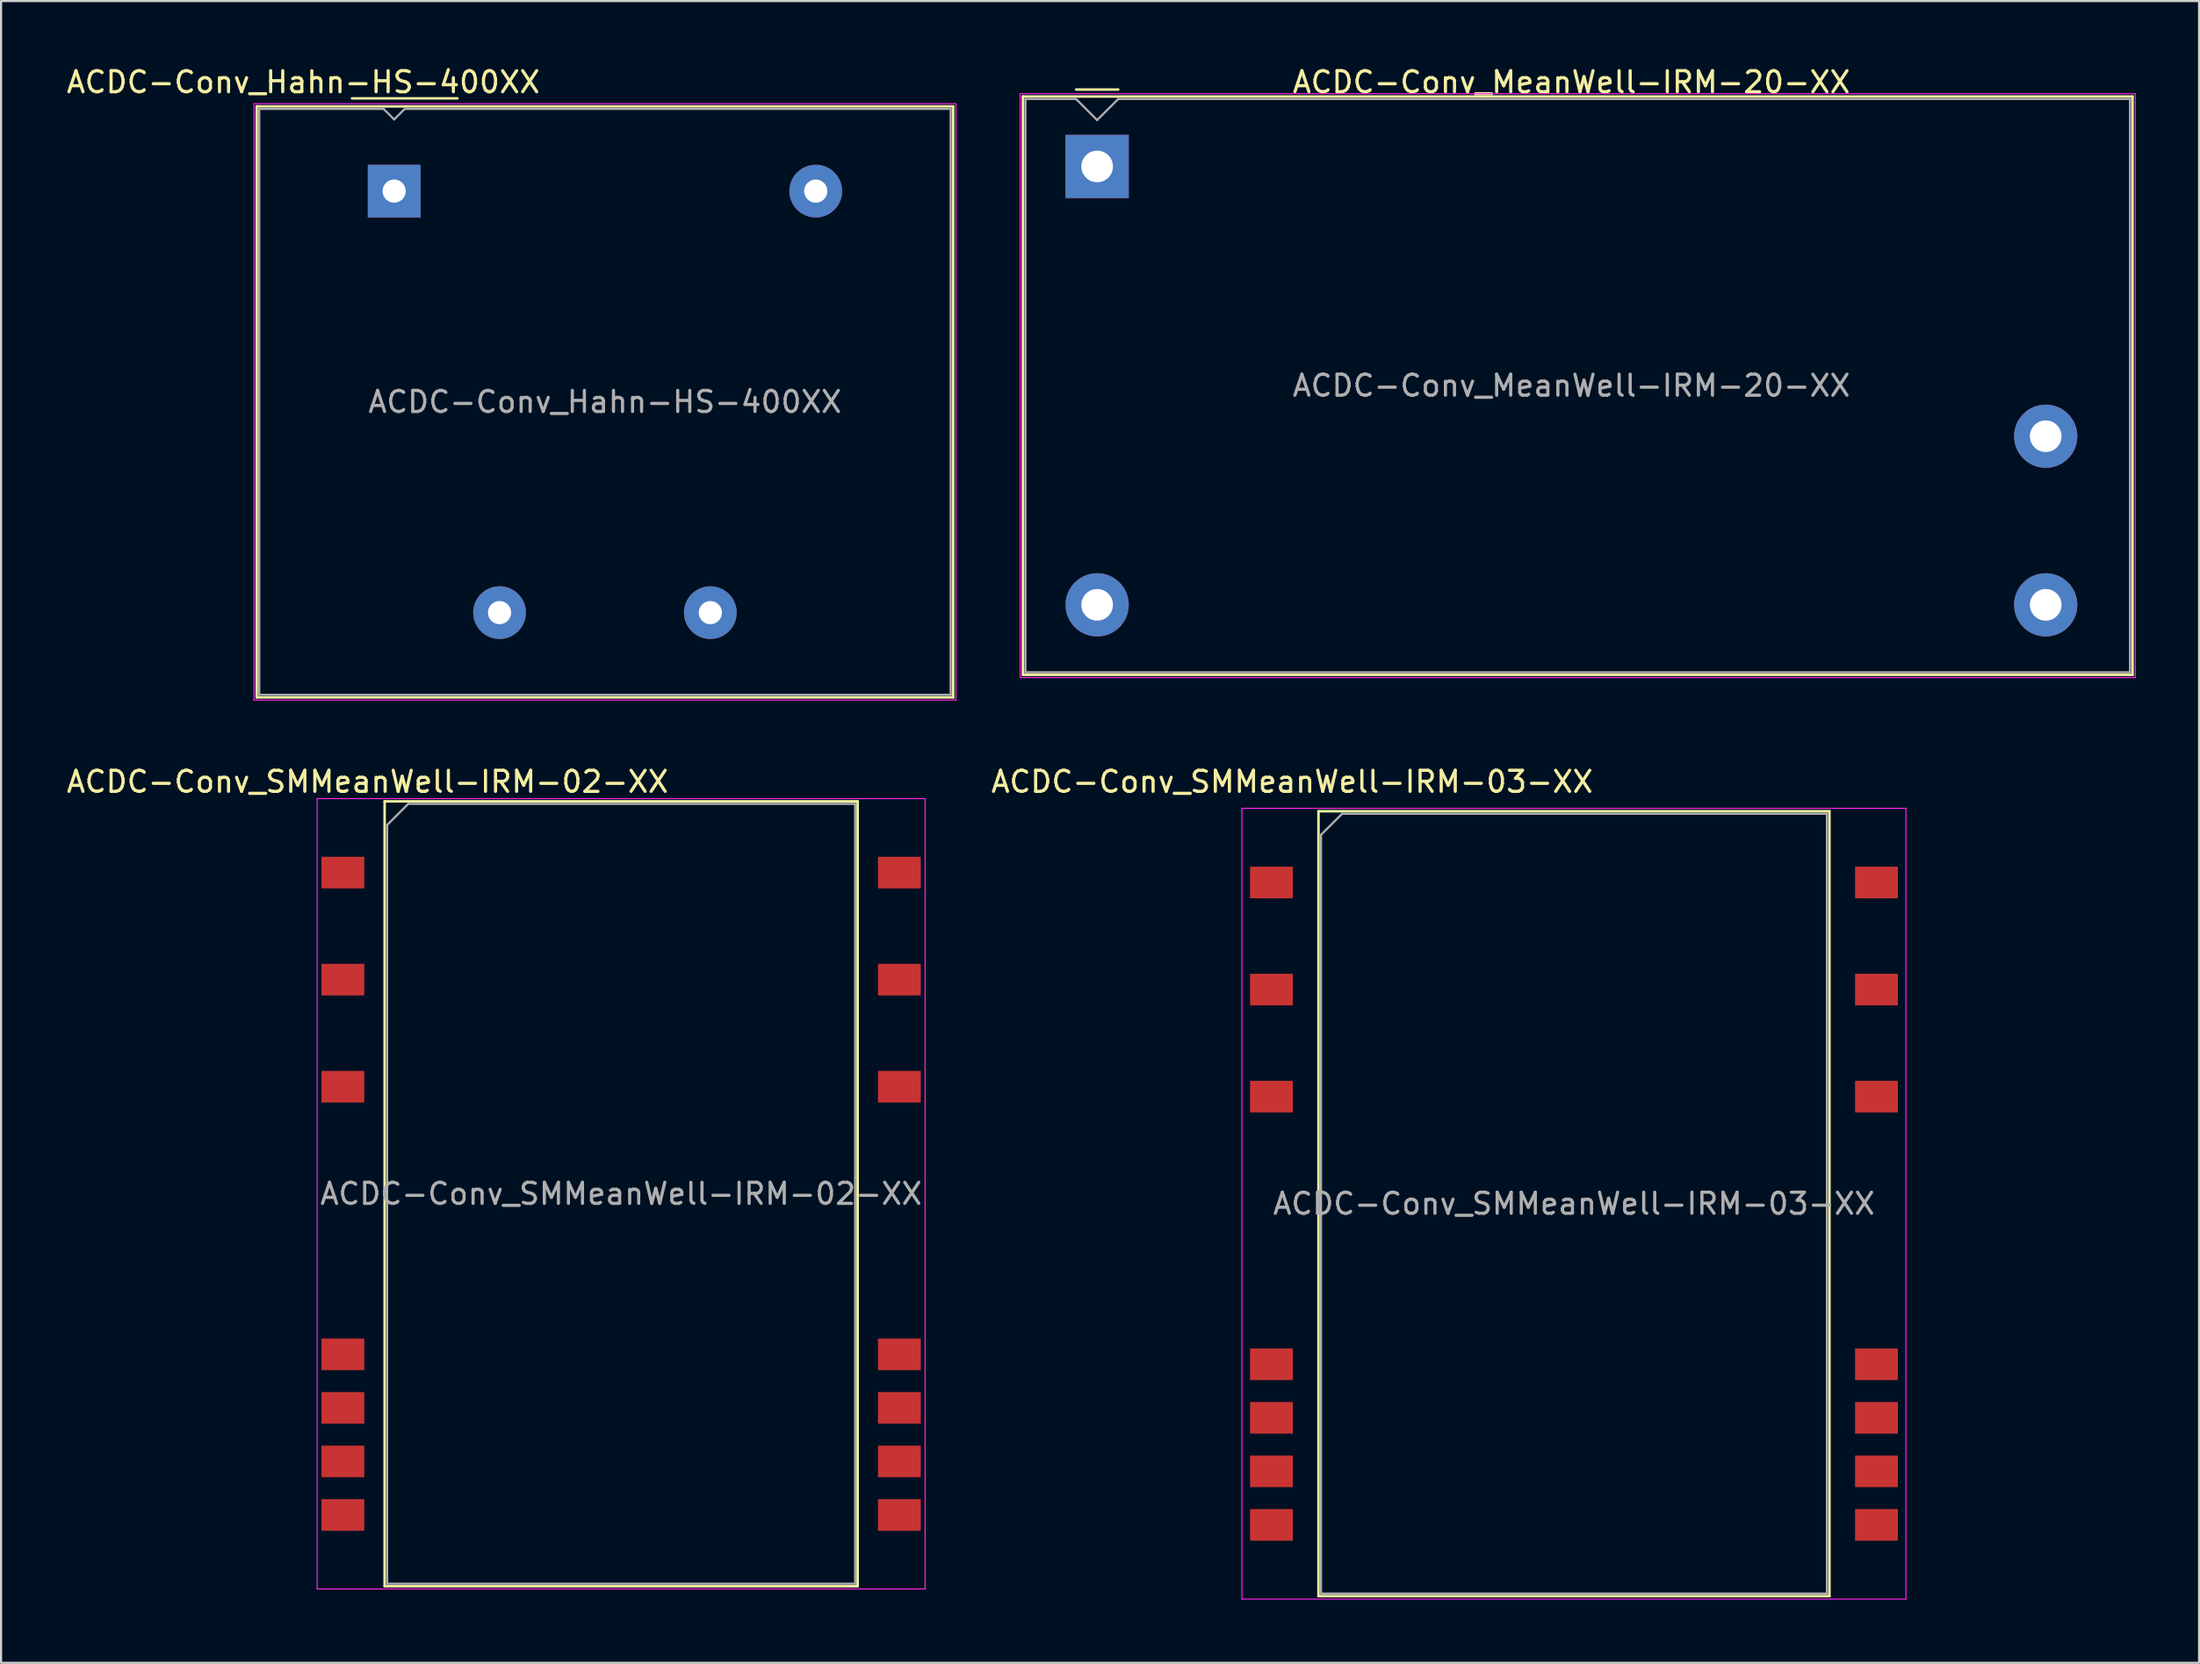
<source format=kicad_pcb>
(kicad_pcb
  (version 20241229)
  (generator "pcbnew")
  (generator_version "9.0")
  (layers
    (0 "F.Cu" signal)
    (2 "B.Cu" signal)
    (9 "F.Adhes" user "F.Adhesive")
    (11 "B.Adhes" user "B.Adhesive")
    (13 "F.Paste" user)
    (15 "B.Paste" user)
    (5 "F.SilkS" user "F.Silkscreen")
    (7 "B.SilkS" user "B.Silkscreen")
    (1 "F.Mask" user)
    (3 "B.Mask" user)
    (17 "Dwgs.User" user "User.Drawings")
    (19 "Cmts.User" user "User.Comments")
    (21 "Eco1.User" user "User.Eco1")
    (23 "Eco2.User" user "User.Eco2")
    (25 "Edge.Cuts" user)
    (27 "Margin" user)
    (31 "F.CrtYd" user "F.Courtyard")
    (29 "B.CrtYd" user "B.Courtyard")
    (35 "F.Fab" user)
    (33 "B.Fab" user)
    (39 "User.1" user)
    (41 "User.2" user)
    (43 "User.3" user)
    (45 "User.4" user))
  (footprint "ACDC-Conv_MeanWell-IRM-20-XX"
    (layer "F.Cu")
    (at 48.999 4.848)
    (property "Reference" "ACDC-Conv_MeanWell-IRM-20-XX" (at 22.5 -4 0) (layer "F.SilkS") (effects (font (size 1 1) (thickness 0.15))))
    (attr through_hole)
    (fp_line (start -3.52 -3.32) (end -3.52 24.12) (stroke (width 0.12) (type solid)) (layer "F.SilkS"))
    (fp_line (start -3.52 -3.32) (end 49.12 -3.32) (stroke (width 0.12) (type solid)) (layer "F.SilkS"))
    (fp_line (start -3.52 24.12) (end 49.12 24.12) (stroke (width 0.12) (type solid)) (layer "F.SilkS"))
    (fp_line (start 1 -3.65) (end -1 -3.65) (stroke (width 0.12) (type solid)) (layer "F.SilkS"))
    (fp_line (start 49.12 -3.32) (end 49.12 24.12) (stroke (width 0.12) (type solid)) (layer "F.SilkS"))
    (fp_line (start -3.65 -3.45) (end -3.65 24.25) (stroke (width 0.05) (type solid)) (layer "F.CrtYd"))
    (fp_line (start -3.65 -3.45) (end 49.25 -3.45) (stroke (width 0.05) (type solid)) (layer "F.CrtYd"))
    (fp_line (start -3.65 24.25) (end 49.25 24.25) (stroke (width 0.05) (type solid)) (layer "F.CrtYd"))
    (fp_line (start 49.25 -3.45) (end 49.25 24.25) (stroke (width 0.05) (type solid)) (layer "F.CrtYd"))
    (fp_line (start -3.4 -3.2) (end -3.4 24) (stroke (width 0.1) (type solid)) (layer "F.Fab"))
    (fp_line (start -3.4 24) (end 49 24) (stroke (width 0.1) (type solid)) (layer "F.Fab"))
    (fp_line (start -1 -3.2) (end -3.4 -3.2) (stroke (width 0.1) (type solid)) (layer "F.Fab"))
    (fp_line (start 0 -2.2) (end -1 -3.2) (stroke (width 0.1) (type solid)) (layer "F.Fab"))
    (fp_line (start 1 -3.2) (end 0 -2.2) (stroke (width 0.1) (type solid)) (layer "F.Fab"))
    (fp_line (start 49 -3.2) (end 1 -3.2) (stroke (width 0.1) (type solid)) (layer "F.Fab"))
    (fp_line (start 49 -3.2) (end 49 24) (stroke (width 0.1) (type solid)) (layer "F.Fab"))
    (fp_text user "${REFERENCE}" (at 22.5 10.4 0) (layer "F.Fab") (effects (font (size 1 1) (thickness 0.15))))
    (pad "1" thru_hole rect (at 0 0) (size 3 3) (drill 1.5) (layers "*.Cu" "*.Mask"))
    (pad "2" thru_hole circle (at 0 20.8) (size 3 3) (drill 1.5) (layers "*.Cu" "*.Mask"))
    (pad "3" thru_hole circle (at 45 20.8) (size 3 3) (drill 1.5) (layers "*.Cu" "*.Mask"))
    (pad "4" thru_hole circle (at 45 12.8) (size 3 3) (drill 1.5) (layers "*.Cu" "*.Mask")))
  (footprint "ACDC-Conv_SMMeanWell-IRM-03-XX"
    (layer "F.Cu")
    (at 71.619 54.062)
    (property "Reference" "ACDC-Conv_SMMeanWell-IRM-03-XX" (at -13.37 -20.02 0) (layer "F.SilkS") (effects (font (size 1 1) (thickness 0.15))))
    (attr smd)
    (fp_line (start -12.12 -18.62) (end 12.12 -18.62) (stroke (width 0.12) (type solid)) (layer "F.SilkS"))
    (fp_line (start -12.12 18.62) (end -12.12 -18.62) (stroke (width 0.12) (type solid)) (layer "F.SilkS"))
    (fp_line (start 12.12 -18.62) (end 12.12 18.62) (stroke (width 0.12) (type solid)) (layer "F.SilkS"))
    (fp_line (start 12.12 18.62) (end -12.12 18.62) (stroke (width 0.12) (type solid)) (layer "F.SilkS"))
    (fp_line (start -15.75 -18.76) (end -15.75 18.76) (stroke (width 0.05) (type solid)) (layer "F.CrtYd"))
    (fp_line (start -15.75 18.76) (end 15.75 18.76) (stroke (width 0.05) (type solid)) (layer "F.CrtYd"))
    (fp_line (start 15.75 -18.76) (end -15.75 -18.76) (stroke (width 0.05) (type solid)) (layer "F.CrtYd"))
    (fp_line (start 15.75 18.76) (end 15.75 -18.76) (stroke (width 0.05) (type solid)) (layer "F.CrtYd"))
    (fp_line (start -12 -17.5) (end -12 18.5) (stroke (width 0.1) (type solid)) (layer "F.Fab"))
    (fp_line (start -12 -17.5) (end -11 -18.5) (stroke (width 0.1) (type solid)) (layer "F.Fab"))
    (fp_line (start -12 18.5) (end 12 18.5) (stroke (width 0.1) (type solid)) (layer "F.Fab"))
    (fp_line (start 12 -18.5) (end -11 -18.5) (stroke (width 0.1) (type solid)) (layer "F.Fab"))
    (fp_line (start 12 18.5) (end 12 -18.5) (stroke (width 0.1) (type solid)) (layer "F.Fab"))
    (fp_text user "${REFERENCE}" (at 0 0 0) (layer "F.Fab") (effects (font (size 1 1) (thickness 0.15))))
    (pad "1" smd rect (at -14.35 -15.24 270) (size 1.5 2.03) (layers "F.Cu" "F.Mask" "F.Paste"))
    (pad "3" smd rect (at -14.35 -10.16 270) (size 1.5 2.03) (layers "F.Cu" "F.Mask" "F.Paste"))
    (pad "5" smd rect (at -14.35 -5.08 270) (size 1.5 2.03) (layers "F.Cu" "F.Mask" "F.Paste"))
    (pad "10" smd rect (at -14.35 7.62 270) (size 1.5 2.03) (layers "F.Cu" "F.Mask" "F.Paste"))
    (pad "11" smd rect (at -14.35 10.16 270) (size 1.5 2.03) (layers "F.Cu" "F.Mask" "F.Paste"))
    (pad "12" smd rect (at -14.35 12.7 270) (size 1.5 2.03) (layers "F.Cu" "F.Mask" "F.Paste"))
    (pad "13" smd rect (at -14.35 15.24 270) (size 1.5 2.03) (layers "F.Cu" "F.Mask" "F.Paste"))
    (pad "14" smd rect (at 14.35 15.24 270) (size 1.5 2.03) (layers "F.Cu" "F.Mask" "F.Paste"))
    (pad "15" smd rect (at 14.35 12.7 270) (size 1.5 2.03) (layers "F.Cu" "F.Mask" "F.Paste"))
    (pad "16" smd rect (at 14.35 10.16 270) (size 1.5 2.03) (layers "F.Cu" "F.Mask" "F.Paste"))
    (pad "17" smd rect (at 14.35 7.62 270) (size 1.5 2.03) (layers "F.Cu" "F.Mask" "F.Paste"))
    (pad "22" smd rect (at 14.35 -5.08 270) (size 1.5 2.03) (layers "F.Cu" "F.Mask" "F.Paste"))
    (pad "24" smd rect (at 14.35 -10.16 270) (size 1.5 2.03) (layers "F.Cu" "F.Mask" "F.Paste"))
    (pad "26" smd rect (at 14.35 -15.24 270) (size 1.5 2.03) (layers "F.Cu" "F.Mask" "F.Paste")))
  (footprint "ACDC-Conv_Hahn-HS-400XX"
    (layer "F.Cu")
    (at 15.649 6.018)
    (property "Reference" "ACDC-Conv_Hahn-HS-400XX" (at -4.31 -5.17 180) (layer "F.SilkS") (effects (font (size 1 1) (thickness 0.15))))
    (attr through_hole)
    (fp_line (start -6.52 -4.02) (end 26.52 -4.02) (stroke (width 0.12) (type solid)) (layer "F.SilkS"))
    (fp_line (start -6.52 24.02) (end -6.52 -4.02) (stroke (width 0.12) (type solid)) (layer "F.SilkS"))
    (fp_line (start -2 -4.4) (end 3 -4.4) (stroke (width 0.12) (type solid)) (layer "F.SilkS"))
    (fp_line (start 26.52 -4.02) (end 26.52 24.02) (stroke (width 0.12) (type solid)) (layer "F.SilkS"))
    (fp_line (start 26.52 24.02) (end -6.52 24.02) (stroke (width 0.12) (type solid)) (layer "F.SilkS"))
    (fp_line (start -6.65 -4.15) (end 26.65 -4.15) (stroke (width 0.05) (type solid)) (layer "F.CrtYd"))
    (fp_line (start -6.65 24.15) (end -6.65 -4.15) (stroke (width 0.05) (type solid)) (layer "F.CrtYd"))
    (fp_line (start 26.65 -4.15) (end 26.65 24.15) (stroke (width 0.05) (type solid)) (layer "F.CrtYd"))
    (fp_line (start 26.65 24.15) (end -6.65 24.15) (stroke (width 0.05) (type solid)) (layer "F.CrtYd"))
    (fp_line (start -6.4 -3.9) (end -6.4 23.9) (stroke (width 0.1) (type solid)) (layer "F.Fab"))
    (fp_line (start -6.4 -3.9) (end -0.5 -3.9) (stroke (width 0.1) (type solid)) (layer "F.Fab"))
    (fp_line (start -6.4 23.9) (end 26.4 23.9) (stroke (width 0.1) (type solid)) (layer "F.Fab"))
    (fp_line (start -0.5 -3.9) (end 0 -3.4) (stroke (width 0.1) (type solid)) (layer "F.Fab"))
    (fp_line (start 0 -3.4) (end 0.5 -3.9) (stroke (width 0.1) (type solid)) (layer "F.Fab"))
    (fp_line (start 0.5 -3.9) (end 26.4 -3.9) (stroke (width 0.1) (type solid)) (layer "F.Fab"))
    (fp_line (start 26.4 -3.9) (end 26.4 23.9) (stroke (width 0.1) (type solid)) (layer "F.Fab"))
    (fp_text user "${REFERENCE}" (at 10 10 0) (layer "F.Fab") (effects (font (size 1 1) (thickness 0.15))))
    (pad "1" thru_hole rect (at 0 0 270) (size 2.5 2.5) (drill 1.1) (layers "*.Cu" "*.Mask"))
    (pad "5" thru_hole circle (at 20 0 270) (size 2.5 2.5) (drill 1.1) (layers "*.Cu" "*.Mask"))
    (pad "7" thru_hole circle (at 15 20 270) (size 2.5 2.5) (drill 1.1) (layers "*.Cu" "*.Mask"))
    (pad "9" thru_hole circle (at 5 20 270) (size 2.5 2.5) (drill 1.1) (layers "*.Cu" "*.Mask")))
  (footprint "ACDC-Conv_SMMeanWell-IRM-02-XX"
    (layer "F.Cu")
    (at 26.417 53.592)
    (property "Reference" "ACDC-Conv_SMMeanWell-IRM-02-XX" (at -12.03 -19.55 0) (layer "F.SilkS") (effects (font (size 1 1) (thickness 0.15))))
    (attr smd)
    (fp_line (start -11.22 -18.62) (end 11.22 -18.62) (stroke (width 0.12) (type solid)) (layer "F.SilkS"))
    (fp_line (start -11.22 18.62) (end -11.22 -18.62) (stroke (width 0.12) (type solid)) (layer "F.SilkS"))
    (fp_line (start 11.22 -18.62) (end 11.22 18.62) (stroke (width 0.12) (type solid)) (layer "F.SilkS"))
    (fp_line (start 11.22 18.62) (end -11.22 18.62) (stroke (width 0.12) (type solid)) (layer "F.SilkS"))
    (fp_line (start -14.42 -18.75) (end -14.42 18.75) (stroke (width 0.05) (type solid)) (layer "F.CrtYd"))
    (fp_line (start -14.42 18.75) (end 14.42 18.75) (stroke (width 0.05) (type solid)) (layer "F.CrtYd"))
    (fp_line (start 14.42 -18.75) (end -14.42 -18.75) (stroke (width 0.05) (type solid)) (layer "F.CrtYd"))
    (fp_line (start 14.42 18.75) (end 14.42 -18.75) (stroke (width 0.05) (type solid)) (layer "F.CrtYd"))
    (fp_line (start -11.1 -17.5) (end -11.1 18.5) (stroke (width 0.1) (type solid)) (layer "F.Fab"))
    (fp_line (start -11.1 -17.5) (end -10.1 -18.5) (stroke (width 0.1) (type solid)) (layer "F.Fab"))
    (fp_line (start -11.1 18.5) (end 11.1 18.5) (stroke (width 0.1) (type solid)) (layer "F.Fab"))
    (fp_line (start 11.1 -18.5) (end -10.1 -18.5) (stroke (width 0.1) (type solid)) (layer "F.Fab"))
    (fp_line (start 11.1 18.5) (end 11.1 -18.5) (stroke (width 0.1) (type solid)) (layer "F.Fab"))
    (fp_text user "${REFERENCE}" (at 0 0 0) (layer "F.Fab") (effects (font (size 1 1) (thickness 0.15))))
    (pad "1" smd rect (at -13.2 -15.24 270) (size 1.5 2.03) (layers "F.Cu" "F.Mask" "F.Paste"))
    (pad "3" smd rect (at -13.2 -10.16 270) (size 1.5 2.03) (layers "F.Cu" "F.Mask" "F.Paste"))
    (pad "5" smd rect (at -13.2 -5.08 270) (size 1.5 2.03) (layers "F.Cu" "F.Mask" "F.Paste"))
    (pad "10" smd rect (at -13.2 7.62 270) (size 1.5 2.03) (layers "F.Cu" "F.Mask" "F.Paste"))
    (pad "11" smd rect (at -13.2 10.16 270) (size 1.5 2.03) (layers "F.Cu" "F.Mask" "F.Paste"))
    (pad "12" smd rect (at -13.2 12.7 270) (size 1.5 2.03) (layers "F.Cu" "F.Mask" "F.Paste"))
    (pad "13" smd rect (at -13.2 15.24 270) (size 1.5 2.03) (layers "F.Cu" "F.Mask" "F.Paste"))
    (pad "14" smd rect (at 13.2 15.24 270) (size 1.5 2.03) (layers "F.Cu" "F.Mask" "F.Paste"))
    (pad "15" smd rect (at 13.2 12.7 270) (size 1.5 2.03) (layers "F.Cu" "F.Mask" "F.Paste"))
    (pad "16" smd rect (at 13.2 10.16 270) (size 1.5 2.03) (layers "F.Cu" "F.Mask" "F.Paste"))
    (pad "17" smd rect (at 13.2 7.62 270) (size 1.5 2.03) (layers "F.Cu" "F.Mask" "F.Paste"))
    (pad "22" smd rect (at 13.2 -5.08 270) (size 1.5 2.03) (layers "F.Cu" "F.Mask" "F.Paste"))
    (pad "24" smd rect (at 13.2 -10.16 270) (size 1.5 2.03) (layers "F.Cu" "F.Mask" "F.Paste"))
    (pad "26" smd rect (at 13.2 -15.24 270) (size 1.5 2.03) (layers "F.Cu" "F.Mask" "F.Paste")))
  (gr_rect
    (start -3 -3)
    (end 101.274 75.847)
    (stroke (width 0.1) (type default))
    (fill no)
    (layer "Edge.Cuts")))
</source>
